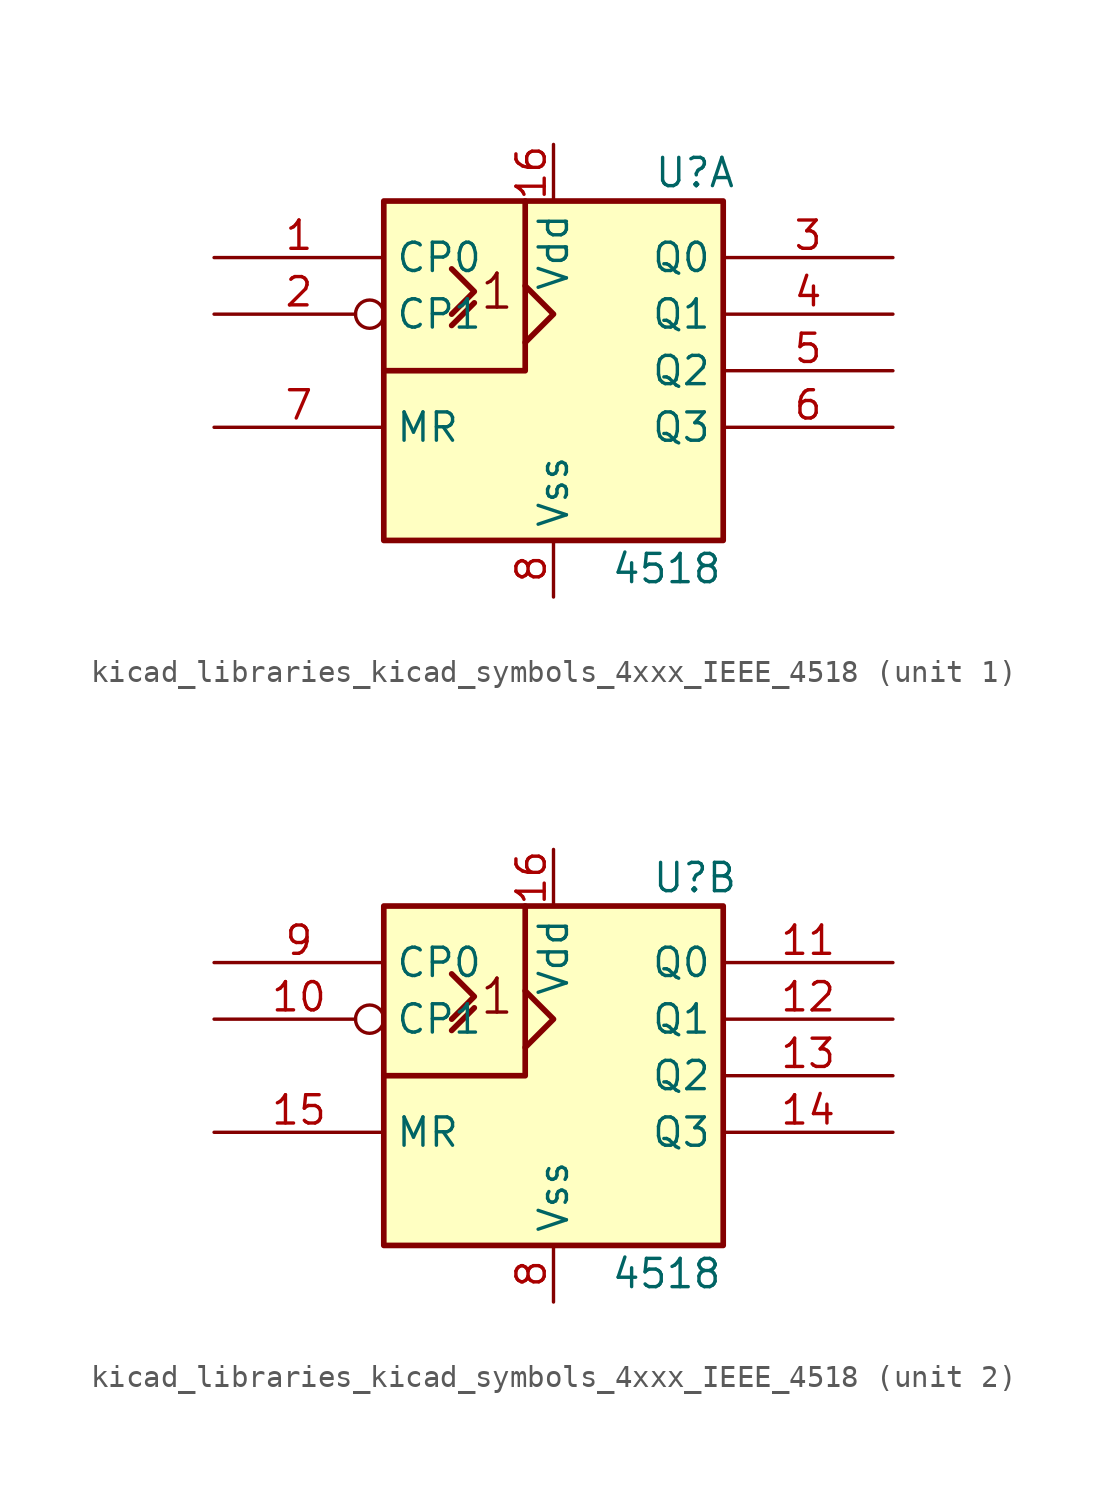
<source format=kicad_sym>
(kicad_symbol_lib
  (version 20220914)
  (generator kicad_symbol_editor)
  (symbol "kicad_libraries_kicad_symbols_4xxx_IEEE_4518"
    (property "Reference" "U"
      (at 6.35 8.89 0)
      (effects (font (size 1.27 1.27))))
    (property "Value" "4518"
      (at 5.08 -8.89 0)
      (effects (font (size 1.27 1.27))))
    (symbol "kicad_libraries_kicad_symbols_4xxx_IEEE_4518_0_0"
      (text "1" (at -2.54 3.556 0) (effects (font (size 1.524 1.524)))))
    (symbol "kicad_libraries_kicad_symbols_4xxx_IEEE_4518_0_1"
      (rectangle (start -7.62 7.62) (end 7.62 -7.62) (stroke (width 0.254) (type default)) (fill (type background)))
      (polyline (pts (xy -4.572 2.032) (xy -3.556 3.048) (xy -3.556 3.048)) (stroke (width 0.254) (type default)) (fill (type background)))
      (polyline (pts (xy -4.572 4.572) (xy -3.556 3.556) (xy -4.572 2.54) (xy -4.572 2.54)) (stroke (width 0.254) (type default)) (fill (type background)))
      (polyline (pts (xy -1.27 3.81) (xy 0 2.54) (xy -1.27 1.27) (xy -1.27 1.27)) (stroke (width 0.254) (type default)) (fill (type background)))
      (polyline (pts (xy -1.27 7.62) (xy -1.27 0) (xy -7.62 0) (xy -6.35 0)) (stroke (width 0.254) (type default)) (fill (type background)))
      (pin power_in line (at 0 10.16 270) (length 2.54) (name "Vdd" (effects (font (size 1.27 1.27)))) (number "16" (effects (font (size 1.27 1.27)))))
      (pin power_in line (at 0 -10.16 90) (length 2.54) (name "Vss" (effects (font (size 1.27 1.27)))) (number "8" (effects (font (size 1.27 1.27))))))
    (symbol "kicad_libraries_kicad_symbols_4xxx_IEEE_4518_1_1"
      (pin input line (at -15.24 5.08 0) (length 7.62) (name "CP0" (effects (font (size 1.27 1.27)))) (number "1" (effects (font (size 1.27 1.27)))))
      (pin input inverted (at -15.24 2.54 0) (length 7.62) (name "CP1" (effects (font (size 1.27 1.27)))) (number "2" (effects (font (size 1.27 1.27)))))
      (pin output line (at 15.24 5.08 180) (length 7.62) (name "Q0" (effects (font (size 1.27 1.27)))) (number "3" (effects (font (size 1.27 1.27)))))
      (pin output line (at 15.24 2.54 180) (length 7.62) (name "Q1" (effects (font (size 1.27 1.27)))) (number "4" (effects (font (size 1.27 1.27)))))
      (pin output line (at 15.24 0 180) (length 7.62) (name "Q2" (effects (font (size 1.27 1.27)))) (number "5" (effects (font (size 1.27 1.27)))))
      (pin output line (at 15.24 -2.54 180) (length 7.62) (name "Q3" (effects (font (size 1.27 1.27)))) (number "6" (effects (font (size 1.27 1.27)))))
      (pin input line (at -15.24 -2.54 0) (length 7.62) (name "MR" (effects (font (size 1.27 1.27)))) (number "7" (effects (font (size 1.27 1.27))))))
    (symbol "kicad_libraries_kicad_symbols_4xxx_IEEE_4518_2_1"
      (pin input inverted (at -15.24 2.54 0) (length 7.62) (name "CP1" (effects (font (size 1.27 1.27)))) (number "10" (effects (font (size 1.27 1.27)))))
      (pin output line (at 15.24 5.08 180) (length 7.62) (name "Q0" (effects (font (size 1.27 1.27)))) (number "11" (effects (font (size 1.27 1.27)))))
      (pin output line (at 15.24 2.54 180) (length 7.62) (name "Q1" (effects (font (size 1.27 1.27)))) (number "12" (effects (font (size 1.27 1.27)))))
      (pin output line (at 15.24 0 180) (length 7.62) (name "Q2" (effects (font (size 1.27 1.27)))) (number "13" (effects (font (size 1.27 1.27)))))
      (pin output line (at 15.24 -2.54 180) (length 7.62) (name "Q3" (effects (font (size 1.27 1.27)))) (number "14" (effects (font (size 1.27 1.27)))))
      (pin input line (at -15.24 -2.54 0) (length 7.62) (name "MR" (effects (font (size 1.27 1.27)))) (number "15" (effects (font (size 1.27 1.27)))))
      (pin input line (at -15.24 5.08 0) (length 7.62) (name "CP0" (effects (font (size 1.27 1.27)))) (number "9" (effects (font (size 1.27 1.27))))))))
</source>
